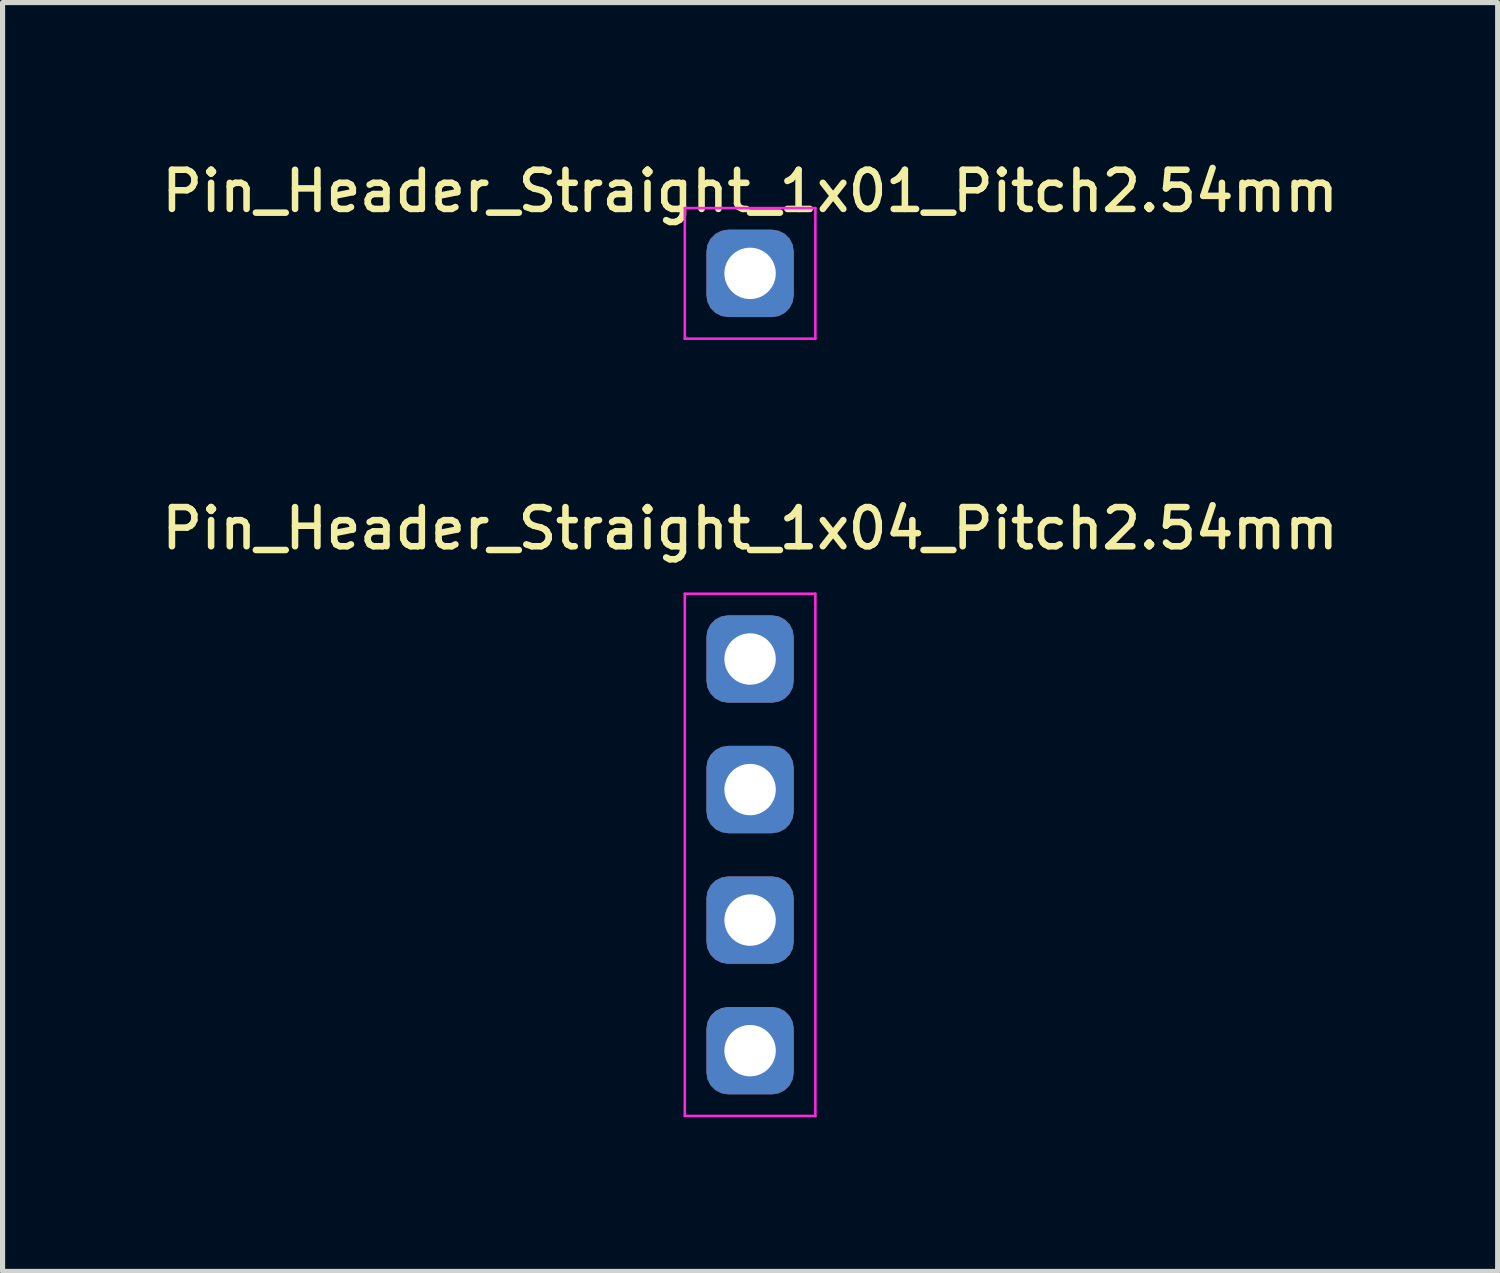
<source format=kicad_pcb>
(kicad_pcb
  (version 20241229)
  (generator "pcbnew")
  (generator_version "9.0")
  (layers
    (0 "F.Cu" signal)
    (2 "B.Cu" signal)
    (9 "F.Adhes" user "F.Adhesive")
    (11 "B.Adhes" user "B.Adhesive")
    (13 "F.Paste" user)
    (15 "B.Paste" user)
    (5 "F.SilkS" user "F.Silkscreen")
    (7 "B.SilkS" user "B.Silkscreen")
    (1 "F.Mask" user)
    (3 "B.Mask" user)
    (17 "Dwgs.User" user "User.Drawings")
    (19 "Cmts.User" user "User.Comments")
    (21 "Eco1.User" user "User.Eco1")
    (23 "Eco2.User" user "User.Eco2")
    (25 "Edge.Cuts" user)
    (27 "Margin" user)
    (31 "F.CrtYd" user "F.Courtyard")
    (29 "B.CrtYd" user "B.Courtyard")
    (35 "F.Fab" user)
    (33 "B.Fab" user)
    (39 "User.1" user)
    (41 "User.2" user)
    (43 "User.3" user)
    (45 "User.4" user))
  (footprint "Pin_Header_Straight_1x01_Pitch2.54mm"
    (layer "F.Cu")
    (at 11.544 2.269)
    (property "Reference" "Pin_Header_Straight_1x01_Pitch2.54mm" (at 0 -1.6 0) (layer "F.SilkS") (effects (font (size 0.762 0.762) (thickness 0.127))))
    (attr through_hole)
    (fp_line (start -1.27 -1.27) (end 1.27 -1.27) (stroke (width 0.05) (type solid)) (layer "F.CrtYd"))
    (fp_line (start -1.27 1.27) (end -1.27 -1.27) (stroke (width 0.05) (type solid)) (layer "F.CrtYd"))
    (fp_line (start 1.27 -1.27) (end 1.27 1.27) (stroke (width 0.05) (type solid)) (layer "F.CrtYd"))
    (fp_line (start 1.27 1.27) (end -1.27 1.27) (stroke (width 0.05) (type solid)) (layer "F.CrtYd"))
    (pad "1" thru_hole roundrect (at 0 0) (size 1.7 1.7) (drill 1) (layers "*.Cu" "*.Mask") (roundrect_rratio 0.25)))
  (footprint "Pin_Header_Straight_1x04_Pitch2.54mm"
    (layer "F.Cu")
    (at 11.544 17.392)
    (property "Reference" "Pin_Header_Straight_1x04_Pitch2.54mm" (at 0 -10.16 0) (layer "F.SilkS") (effects (font (size 0.762 0.762) (thickness 0.127))))
    (attr through_hole)
    (fp_line (start -1.27 -8.89) (end 1.27 -8.89) (stroke (width 0.05) (type solid)) (layer "F.CrtYd"))
    (fp_line (start -1.27 1.27) (end -1.27 -8.89) (stroke (width 0.05) (type solid)) (layer "F.CrtYd"))
    (fp_line (start 1.27 -8.89) (end 1.27 1.27) (stroke (width 0.05) (type solid)) (layer "F.CrtYd"))
    (fp_line (start 1.27 1.27) (end -1.27 1.27) (stroke (width 0.05) (type solid)) (layer "F.CrtYd"))
    (pad "1" thru_hole roundrect (at 0 0) (size 1.7 1.7) (drill 1) (layers "*.Cu" "*.Mask") (roundrect_rratio 0.25))
    (pad "2" thru_hole roundrect (at 0 -2.54) (size 1.7 1.7) (drill 1) (layers "*.Cu" "*.Mask") (roundrect_rratio 0.25))
    (pad "3" thru_hole roundrect (at 0 -5.08) (size 1.7 1.7) (drill 1) (layers "*.Cu" "*.Mask") (roundrect_rratio 0.25))
    (pad "4" thru_hole roundrect (at 0 -7.62) (size 1.7 1.7) (drill 1) (layers "*.Cu" "*.Mask") (roundrect_rratio 0.25)))
  (gr_rect
    (start -3 -3)
    (end 26.089 21.687)
    (stroke (width 0.1) (type default))
    (fill no)
    (layer "Edge.Cuts")))
</source>
